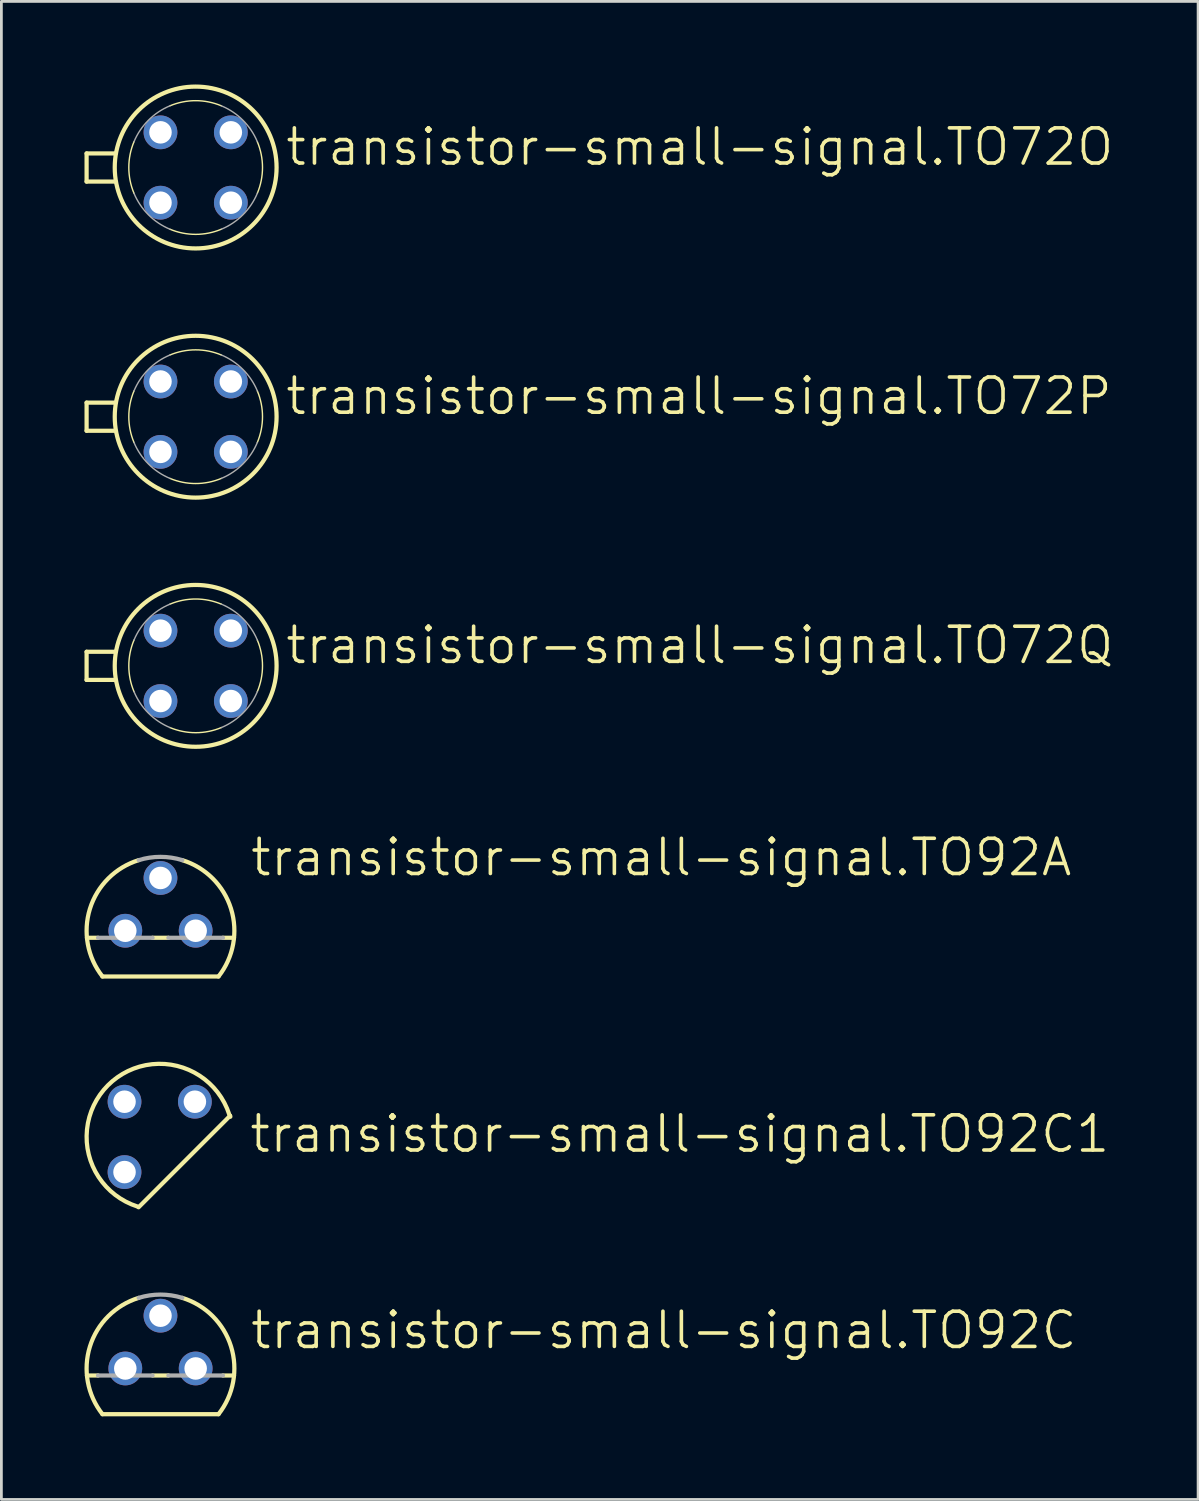
<source format=kicad_pcb>
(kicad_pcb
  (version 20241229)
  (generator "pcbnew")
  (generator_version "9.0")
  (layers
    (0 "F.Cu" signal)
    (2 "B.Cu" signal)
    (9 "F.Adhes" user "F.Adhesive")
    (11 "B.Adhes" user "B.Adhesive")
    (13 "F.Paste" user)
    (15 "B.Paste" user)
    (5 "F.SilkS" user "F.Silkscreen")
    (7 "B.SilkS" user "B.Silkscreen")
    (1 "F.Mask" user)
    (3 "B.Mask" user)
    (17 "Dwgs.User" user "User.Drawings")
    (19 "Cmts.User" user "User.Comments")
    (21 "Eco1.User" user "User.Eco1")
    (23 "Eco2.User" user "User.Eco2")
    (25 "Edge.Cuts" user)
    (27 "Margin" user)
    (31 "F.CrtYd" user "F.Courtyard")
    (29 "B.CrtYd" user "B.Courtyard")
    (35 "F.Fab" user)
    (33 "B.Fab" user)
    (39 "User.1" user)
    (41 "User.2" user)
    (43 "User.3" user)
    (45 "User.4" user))
  (footprint "transistor-small-signal.TO92A"
    (layer "F.Cu")
    (at 2.743 30.548)
    (property "Reference" "transistor-small-signal.TO92A" (at 3.175 -1.905 0) (layer "F.SilkS") (effects (font (size 1.27 1.27) (thickness 0.13)) (justify left bottom)))
    (attr through_hole)
    (fp_line (start -2.655 0.254) (end -2.254 0.254) (stroke (width 0.152) (type default)) (layer "F.SilkS"))
    (fp_line (start -2.095 1.651) (end 2.095 1.651) (stroke (width 0.152) (type default)) (layer "F.SilkS"))
    (fp_line (start -0.286 0.254) (end 0.286 0.254) (stroke (width 0.152) (type default)) (layer "F.SilkS"))
    (fp_line (start 2.254 0.254) (end 2.655 0.254) (stroke (width 0.152) (type default)) (layer "F.SilkS"))
    (fp_arc (start -2.0946 1.651) (mid -2.54634 -0.793276) (end -0.7863 -2.5485) (stroke (width 0.1524) (type default)) (layer "F.SilkS"))
    (fp_arc (start 0.7868 -2.5484) (mid 2.546776 -0.793203) (end 2.095 1.651) (stroke (width 0.1524) (type default)) (layer "F.SilkS"))
    (fp_line (start -2.254 0.254) (end -0.286 0.254) (stroke (width 0.152) (type default)) (layer "F.Fab"))
    (fp_line (start 0.286 0.254) (end 2.254 0.254) (stroke (width 0.152) (type default)) (layer "F.Fab"))
    (fp_arc (start -0.7863 -2.5485) (mid 0 -2.667043) (end 0.7863 -2.5485) (stroke (width 0.1524) (type default)) (layer "F.Fab"))
    (pad "B" thru_hole circle (at 0 -1.905) (size 1.219 1.219) (drill 0.813) (layers "*.Cu" "*.Mask"))
    (pad "C" thru_hole circle (at -1.27 0) (size 1.219 1.219) (drill 0.813) (layers "*.Cu" "*.Mask"))
    (pad "E" thru_hole circle (at 1.27 0) (size 1.219 1.219) (drill 0.813) (layers "*.Cu" "*.Mask")))
  (footprint "transistor-small-signal.TO92C1"
    (layer "F.Cu")
    (at 2.715 37.99)
    (property "Reference" "transistor-small-signal.TO92C1" (at 3.175 0.635 0) (layer "F.SilkS") (effects (font (size 1.27 1.27) (thickness 0.13)) (justify left bottom)))
    (attr through_hole)
    (fp_line (start -0.762 2.54) (end 2.54 -0.762) (stroke (width 0.152) (type default)) (layer "F.SilkS"))
    (fp_arc (start -0.8 2.514178) (mid -1.867163 -1.864106) (end 2.512864 -0.804118) (stroke (width 0.1524) (type default)) (layer "F.SilkS"))
    (fp_arc (start 2.54 -0.762) (mid 2.544955 -0.745266) (end 2.5498 -0.7285) (stroke (width 0.1524) (type default)) (layer "F.SilkS"))
    (pad "B" thru_hole circle (at 1.27 -1.27) (size 1.219 1.219) (drill 0.813) (layers "*.Cu" "*.Mask"))
    (pad "C" thru_hole circle (at -1.27 -1.27) (size 1.219 1.219) (drill 0.813) (layers "*.Cu" "*.Mask"))
    (pad "E" thru_hole circle (at -1.27 1.27) (size 1.219 1.219) (drill 0.813) (layers "*.Cu" "*.Mask")))
  (footprint "transistor-small-signal.TO72O"
    (layer "F.Cu")
    (at 4.013 2.997)
    (property "Reference" "transistor-small-signal.TO72O" (at 3.175 0 0) (layer "F.SilkS") (effects (font (size 1.27 1.27) (thickness 0.13)) (justify left bottom)))
    (attr through_hole)
    (fp_line (start -3.937 -0.508) (end -2.896 -0.508) (stroke (width 0.152) (type default)) (layer "F.SilkS"))
    (fp_line (start -3.937 0.508) (end -3.937 -0.508) (stroke (width 0.152) (type default)) (layer "F.SilkS"))
    (fp_line (start -2.896 0.508) (end -3.937 0.508) (stroke (width 0.152) (type default)) (layer "F.SilkS"))
    (fp_arc (start -2.227 0.9289) (mid -2.412962 0) (end -2.227 -0.9289) (stroke (width 0.0508) (type default)) (layer "F.SilkS"))
    (fp_arc (start -0.9289 -2.227) (mid 0 -2.412962) (end 0.9289 -2.227) (stroke (width 0.0508) (type default)) (layer "F.SilkS"))
    (fp_arc (start 0.9289 2.227) (mid 0 2.412962) (end -0.9289 2.227) (stroke (width 0.0508) (type default)) (layer "F.SilkS"))
    (fp_arc (start 2.227 -0.9289) (mid 2.412962 0) (end 2.227 0.9289) (stroke (width 0.0508) (type default)) (layer "F.SilkS"))
    (fp_circle (center 0 0) (end 2.921 0) (stroke (width 0.152) (type default)) (fill no) (layer "F.SilkS"))
    (fp_arc (start -2.227 -0.9289) (mid -1.706222 -1.706222) (end -0.9289 -2.227) (stroke (width 0.0508) (type default)) (layer "F.Fab"))
    (fp_arc (start -0.9289 2.227) (mid -1.706222 1.706222) (end -2.227 0.9289) (stroke (width 0.0508) (type default)) (layer "F.Fab"))
    (fp_arc (start 0.9289 -2.227) (mid 1.706222 -1.706222) (end 2.227 -0.9289) (stroke (width 0.0508) (type default)) (layer "F.Fab"))
    (fp_arc (start 2.227 0.9289) (mid 1.706222 1.706222) (end 0.9289 2.227) (stroke (width 0.0508) (type default)) (layer "F.Fab"))
    (pad "D" thru_hole circle (at 1.27 -1.27) (size 1.219 1.219) (drill 0.813) (layers "*.Cu" "*.Mask"))
    (pad "G1" thru_hole circle (at -1.27 1.27) (size 1.219 1.219) (drill 0.813) (layers "*.Cu" "*.Mask"))
    (pad "G2" thru_hole circle (at 1.27 1.27) (size 1.219 1.219) (drill 0.813) (layers "*.Cu" "*.Mask"))
    (pad "S" thru_hole circle (at -1.27 -1.27) (size 1.219 1.219) (drill 0.813) (layers "*.Cu" "*.Mask")))
  (footprint "transistor-small-signal.TO92C"
    (layer "F.Cu")
    (at 2.743 46.349)
    (property "Reference" "transistor-small-signal.TO92C" (at 3.175 -0.635 0) (layer "F.SilkS") (effects (font (size 1.27 1.27) (thickness 0.13)) (justify left bottom)))
    (attr through_hole)
    (fp_line (start -2.655 0.254) (end -2.254 0.254) (stroke (width 0.152) (type default)) (layer "F.SilkS"))
    (fp_line (start -2.095 1.651) (end 2.095 1.651) (stroke (width 0.152) (type default)) (layer "F.SilkS"))
    (fp_line (start -0.286 0.254) (end 0.286 0.254) (stroke (width 0.152) (type default)) (layer "F.SilkS"))
    (fp_line (start 2.254 0.254) (end 2.655 0.254) (stroke (width 0.152) (type default)) (layer "F.SilkS"))
    (fp_arc (start -2.0946 1.651) (mid -2.54634 -0.793276) (end -0.7863 -2.5485) (stroke (width 0.1524) (type default)) (layer "F.SilkS"))
    (fp_arc (start 0.7868 -2.5484) (mid 2.546776 -0.793203) (end 2.095 1.651) (stroke (width 0.1524) (type default)) (layer "F.SilkS"))
    (fp_line (start -2.254 0.254) (end -0.286 0.254) (stroke (width 0.152) (type default)) (layer "F.Fab"))
    (fp_line (start 0.286 0.254) (end 2.254 0.254) (stroke (width 0.152) (type default)) (layer "F.Fab"))
    (fp_arc (start -0.7863 -2.5485) (mid 0 -2.667043) (end 0.7863 -2.5485) (stroke (width 0.1524) (type default)) (layer "F.Fab"))
    (pad "B" thru_hole circle (at 1.27 0) (size 1.219 1.219) (drill 0.813) (layers "*.Cu" "*.Mask"))
    (pad "C" thru_hole circle (at 0 -1.905) (size 1.219 1.219) (drill 0.813) (layers "*.Cu" "*.Mask"))
    (pad "E" thru_hole circle (at -1.27 0) (size 1.219 1.219) (drill 0.813) (layers "*.Cu" "*.Mask")))
  (footprint "transistor-small-signal.TO72Q"
    (layer "F.Cu")
    (at 4.013 20.986)
    (property "Reference" "transistor-small-signal.TO72Q" (at 3.175 0 0) (layer "F.SilkS") (effects (font (size 1.27 1.27) (thickness 0.13)) (justify left bottom)))
    (attr through_hole)
    (fp_line (start -3.937 -0.508) (end -2.896 -0.508) (stroke (width 0.152) (type default)) (layer "F.SilkS"))
    (fp_line (start -3.937 0.508) (end -3.937 -0.508) (stroke (width 0.152) (type default)) (layer "F.SilkS"))
    (fp_line (start -2.896 0.508) (end -3.937 0.508) (stroke (width 0.152) (type default)) (layer "F.SilkS"))
    (fp_arc (start -2.227 0.9289) (mid -2.412962 0) (end -2.227 -0.9289) (stroke (width 0.0508) (type default)) (layer "F.SilkS"))
    (fp_arc (start -0.9289 -2.227) (mid 0 -2.412962) (end 0.9289 -2.227) (stroke (width 0.0508) (type default)) (layer "F.SilkS"))
    (fp_arc (start 0.9289 2.227) (mid 0 2.412962) (end -0.9289 2.227) (stroke (width 0.0508) (type default)) (layer "F.SilkS"))
    (fp_arc (start 2.227 -0.9289) (mid 2.412962 0) (end 2.227 0.9289) (stroke (width 0.0508) (type default)) (layer "F.SilkS"))
    (fp_circle (center 0 0) (end 2.921 0) (stroke (width 0.152) (type default)) (fill no) (layer "F.SilkS"))
    (fp_arc (start -2.227 -0.9289) (mid -1.706222 -1.706222) (end -0.9289 -2.227) (stroke (width 0.0508) (type default)) (layer "F.Fab"))
    (fp_arc (start -0.9289 2.227) (mid -1.706222 1.706222) (end -2.227 0.9289) (stroke (width 0.0508) (type default)) (layer "F.Fab"))
    (fp_arc (start 0.9289 -2.227) (mid 1.706222 -1.706222) (end 2.227 -0.9289) (stroke (width 0.0508) (type default)) (layer "F.Fab"))
    (fp_arc (start 2.227 0.9289) (mid 1.706222 1.706222) (end 0.9289 2.227) (stroke (width 0.0508) (type default)) (layer "F.Fab"))
    (pad "B" thru_hole circle (at 1.27 1.27) (size 1.219 1.219) (drill 0.813) (layers "*.Cu" "*.Mask"))
    (pad "C" thru_hole circle (at 1.27 -1.27) (size 1.219 1.219) (drill 0.813) (layers "*.Cu" "*.Mask"))
    (pad "E1" thru_hole circle (at -1.27 1.27) (size 1.219 1.219) (drill 0.813) (layers "*.Cu" "*.Mask"))
    (pad "E2" thru_hole circle (at -1.27 -1.27) (size 1.219 1.219) (drill 0.813) (layers "*.Cu" "*.Mask")))
  (footprint "transistor-small-signal.TO72P"
    (layer "F.Cu")
    (at 4.013 11.992)
    (property "Reference" "transistor-small-signal.TO72P" (at 3.175 0 0) (layer "F.SilkS") (effects (font (size 1.27 1.27) (thickness 0.13)) (justify left bottom)))
    (attr through_hole)
    (fp_line (start -3.937 -0.508) (end -2.896 -0.508) (stroke (width 0.152) (type default)) (layer "F.SilkS"))
    (fp_line (start -3.937 0.508) (end -3.937 -0.508) (stroke (width 0.152) (type default)) (layer "F.SilkS"))
    (fp_line (start -2.896 0.508) (end -3.937 0.508) (stroke (width 0.152) (type default)) (layer "F.SilkS"))
    (fp_arc (start -2.227 0.9289) (mid -2.412962 0) (end -2.227 -0.9289) (stroke (width 0.0508) (type default)) (layer "F.SilkS"))
    (fp_arc (start -0.9289 -2.227) (mid 0 -2.412962) (end 0.9289 -2.227) (stroke (width 0.0508) (type default)) (layer "F.SilkS"))
    (fp_arc (start 0.9289 2.227) (mid 0 2.412962) (end -0.9289 2.227) (stroke (width 0.0508) (type default)) (layer "F.SilkS"))
    (fp_arc (start 2.227 -0.9289) (mid 2.412962 0) (end 2.227 0.9289) (stroke (width 0.0508) (type default)) (layer "F.SilkS"))
    (fp_circle (center 0 0) (end 2.921 0) (stroke (width 0.152) (type default)) (fill no) (layer "F.SilkS"))
    (fp_arc (start -2.227 -0.9289) (mid -1.706222 -1.706222) (end -0.9289 -2.227) (stroke (width 0.0508) (type default)) (layer "F.Fab"))
    (fp_arc (start -0.9289 2.227) (mid -1.706222 1.706222) (end -2.227 0.9289) (stroke (width 0.0508) (type default)) (layer "F.Fab"))
    (fp_arc (start 0.9289 -2.227) (mid 1.706222 -1.706222) (end 2.227 -0.9289) (stroke (width 0.0508) (type default)) (layer "F.Fab"))
    (fp_arc (start 2.227 0.9289) (mid 1.706222 1.706222) (end 0.9289 2.227) (stroke (width 0.0508) (type default)) (layer "F.Fab"))
    (pad "D" thru_hole circle (at 1.27 -1.27) (size 1.219 1.219) (drill 0.813) (layers "*.Cu" "*.Mask"))
    (pad "G1" thru_hole circle (at 1.27 1.27) (size 1.219 1.219) (drill 0.813) (layers "*.Cu" "*.Mask"))
    (pad "G2" thru_hole circle (at -1.27 -1.27) (size 1.219 1.219) (drill 0.813) (layers "*.Cu" "*.Mask"))
    (pad "S" thru_hole circle (at -1.27 1.27) (size 1.219 1.219) (drill 0.813) (layers "*.Cu" "*.Mask")))
  (gr_rect
    (start -3 -3)
    (end 40.199 51.077)
    (stroke (width 0.1) (type default))
    (fill no)
    (layer "Edge.Cuts")))
</source>
